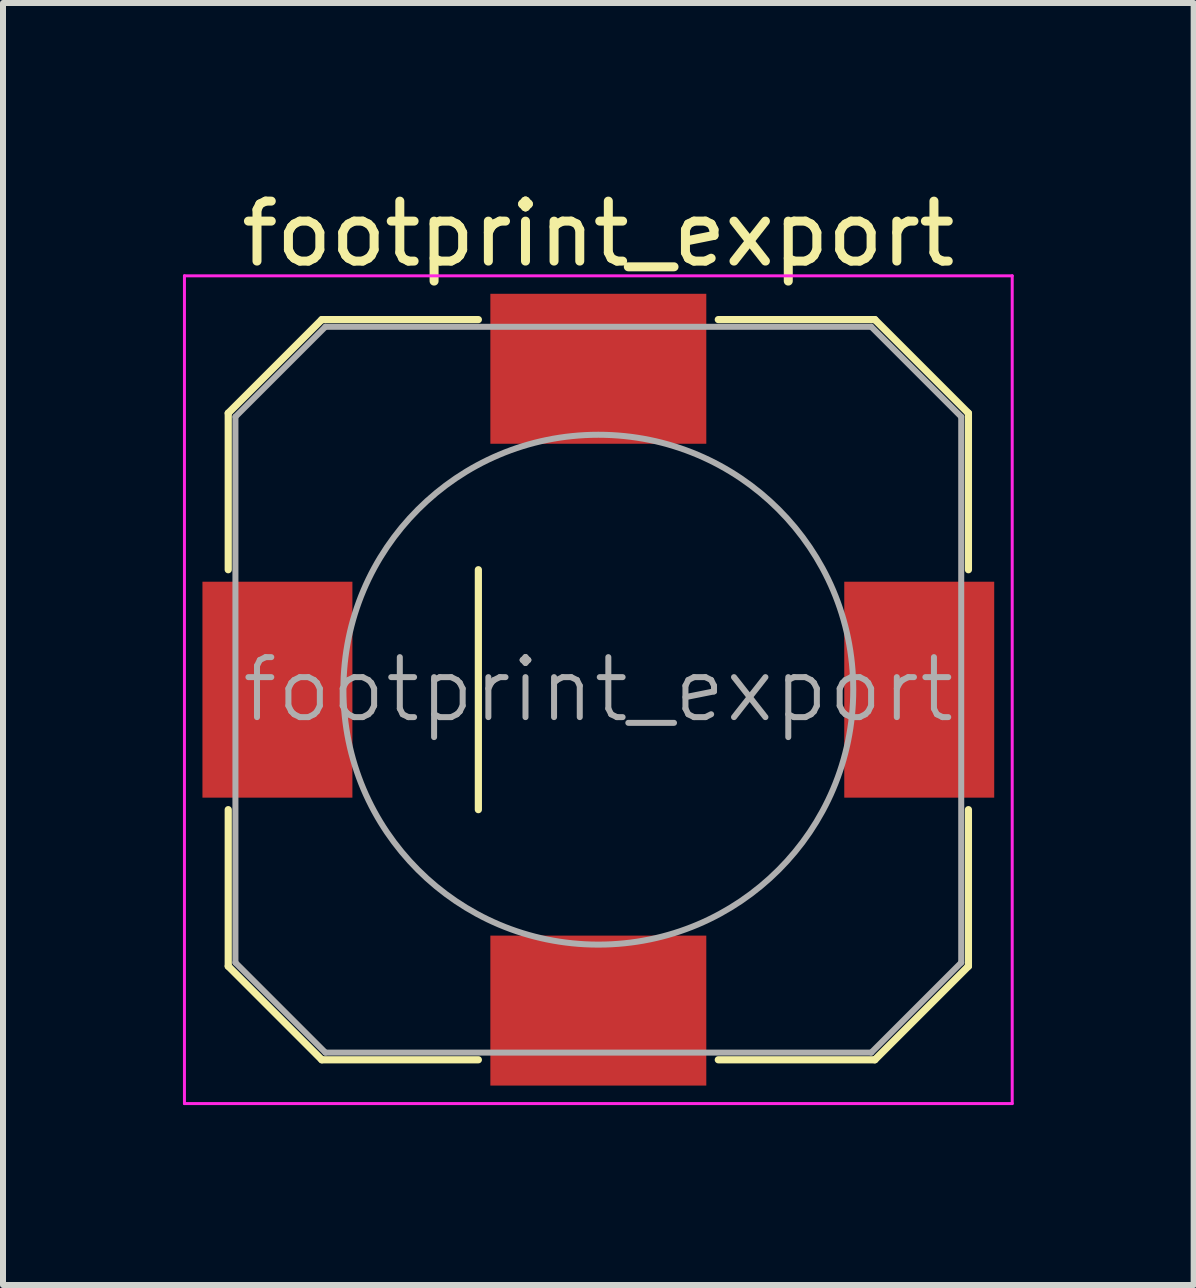
<source format=kicad_pcb>
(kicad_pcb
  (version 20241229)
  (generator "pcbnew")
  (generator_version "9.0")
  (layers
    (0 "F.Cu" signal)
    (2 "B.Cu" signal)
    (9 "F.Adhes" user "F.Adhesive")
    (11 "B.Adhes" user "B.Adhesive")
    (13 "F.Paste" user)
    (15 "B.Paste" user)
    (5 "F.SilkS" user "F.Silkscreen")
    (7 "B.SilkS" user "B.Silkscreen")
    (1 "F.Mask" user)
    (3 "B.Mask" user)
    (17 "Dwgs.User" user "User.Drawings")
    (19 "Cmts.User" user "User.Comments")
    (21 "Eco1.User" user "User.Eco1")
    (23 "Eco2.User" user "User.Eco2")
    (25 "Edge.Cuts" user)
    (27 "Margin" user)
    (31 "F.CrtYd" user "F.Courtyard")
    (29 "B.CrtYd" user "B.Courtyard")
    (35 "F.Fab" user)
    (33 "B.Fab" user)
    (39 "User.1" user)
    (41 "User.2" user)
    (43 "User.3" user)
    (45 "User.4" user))
  (footprint "footprint_export"
    (layer "F.Cu")
    (at 6.925 8.448)
    (property "Reference" "footprint_export" (at 0 -7.6 0) (layer "F.SilkS") (effects (font (size 1 1) (thickness 0.15))))
    (attr smd)
    (fp_line (start -6.17 -4.61) (end -6.17 -2) (stroke (width 0.12) (type solid)) (layer "F.SilkS"))
    (fp_line (start -6.17 2) (end -6.17 4.61) (stroke (width 0.12) (type solid)) (layer "F.SilkS"))
    (fp_line (start -4.61 -6.17) (end -6.17 -4.61) (stroke (width 0.12) (type solid)) (layer "F.SilkS"))
    (fp_line (start -4.61 -6.17) (end -2 -6.17) (stroke (width 0.12) (type solid)) (layer "F.SilkS"))
    (fp_line (start -4.61 6.17) (end -6.17 4.61) (stroke (width 0.12) (type solid)) (layer "F.SilkS"))
    (fp_line (start -4.61 6.17) (end -2 6.17) (stroke (width 0.12) (type solid)) (layer "F.SilkS"))
    (fp_line (start -2 -2) (end -2 2) (stroke (width 0.12) (type solid)) (layer "F.SilkS"))
    (fp_line (start 2 6.17) (end 4.61 6.17) (stroke (width 0.12) (type solid)) (layer "F.SilkS"))
    (fp_line (start 4.61 -6.17) (end 2 -6.17) (stroke (width 0.12) (type solid)) (layer "F.SilkS"))
    (fp_line (start 4.61 -6.17) (end 6.17 -4.61) (stroke (width 0.12) (type solid)) (layer "F.SilkS"))
    (fp_line (start 4.61 6.17) (end 6.17 4.61) (stroke (width 0.12) (type solid)) (layer "F.SilkS"))
    (fp_line (start 6.17 -2) (end 6.17 -4.61) (stroke (width 0.12) (type solid)) (layer "F.SilkS"))
    (fp_line (start 6.17 4.61) (end 6.17 2) (stroke (width 0.12) (type solid)) (layer "F.SilkS"))
    (fp_line (start -6.9 -6.9) (end -6.9 6.9) (stroke (width 0.05) (type solid)) (layer "F.CrtYd"))
    (fp_line (start -6.9 -6.9) (end 6.9 -6.9) (stroke (width 0.05) (type solid)) (layer "F.CrtYd"))
    (fp_line (start -6.9 6.9) (end 6.9 6.9) (stroke (width 0.05) (type solid)) (layer "F.CrtYd"))
    (fp_line (start 6.9 -6.9) (end 6.9 6.9) (stroke (width 0.05) (type solid)) (layer "F.CrtYd"))
    (fp_line (start -6.05 -4.55) (end -4.55 -6.05) (stroke (width 0.1) (type solid)) (layer "F.Fab"))
    (fp_line (start -6.05 4.55) (end -6.05 -4.55) (stroke (width 0.1) (type solid)) (layer "F.Fab"))
    (fp_line (start -6.05 4.55) (end -4.55 6.05) (stroke (width 0.1) (type solid)) (layer "F.Fab"))
    (fp_line (start -4.55 -6.05) (end 4.55 -6.05) (stroke (width 0.1) (type solid)) (layer "F.Fab"))
    (fp_line (start 4.55 -6.05) (end 6.05 -4.55) (stroke (width 0.1) (type solid)) (layer "F.Fab"))
    (fp_line (start 4.55 6.05) (end -4.55 6.05) (stroke (width 0.1) (type solid)) (layer "F.Fab"))
    (fp_line (start 4.55 6.05) (end 6.05 4.55) (stroke (width 0.1) (type solid)) (layer "F.Fab"))
    (fp_line (start 6.05 -4.55) (end 6.05 4.55) (stroke (width 0.1) (type solid)) (layer "F.Fab"))
    (fp_circle (center 0 0) (end 4.25 0) (stroke (width 0.1) (type solid)) (fill no) (layer "F.Fab"))
    (fp_text user "${REFERENCE}" (at 0 0 0) (layer "F.Fab") (effects (font (size 1 1) (thickness 0.1))))
    (pad "1" smd rect (at -5.35 0) (size 2.5 3.6) (layers "F.Cu" "F.Mask" "F.Paste"))
    (pad "1" smd rect (at 0 5.35) (size 3.6 2.5) (layers "F.Cu" "F.Mask" "F.Paste"))
    (pad "2" smd rect (at 0 -5.35) (size 3.6 2.5) (layers "F.Cu" "F.Mask" "F.Paste"))
    (pad "2" smd rect (at 5.35 0) (size 2.5 3.6) (layers "F.Cu" "F.Mask" "F.Paste")))
  (gr_rect
    (start -3 -3)
    (end 16.85 18.373)
    (stroke (width 0.1) (type default))
    (fill no)
    (layer "Edge.Cuts")))
</source>
